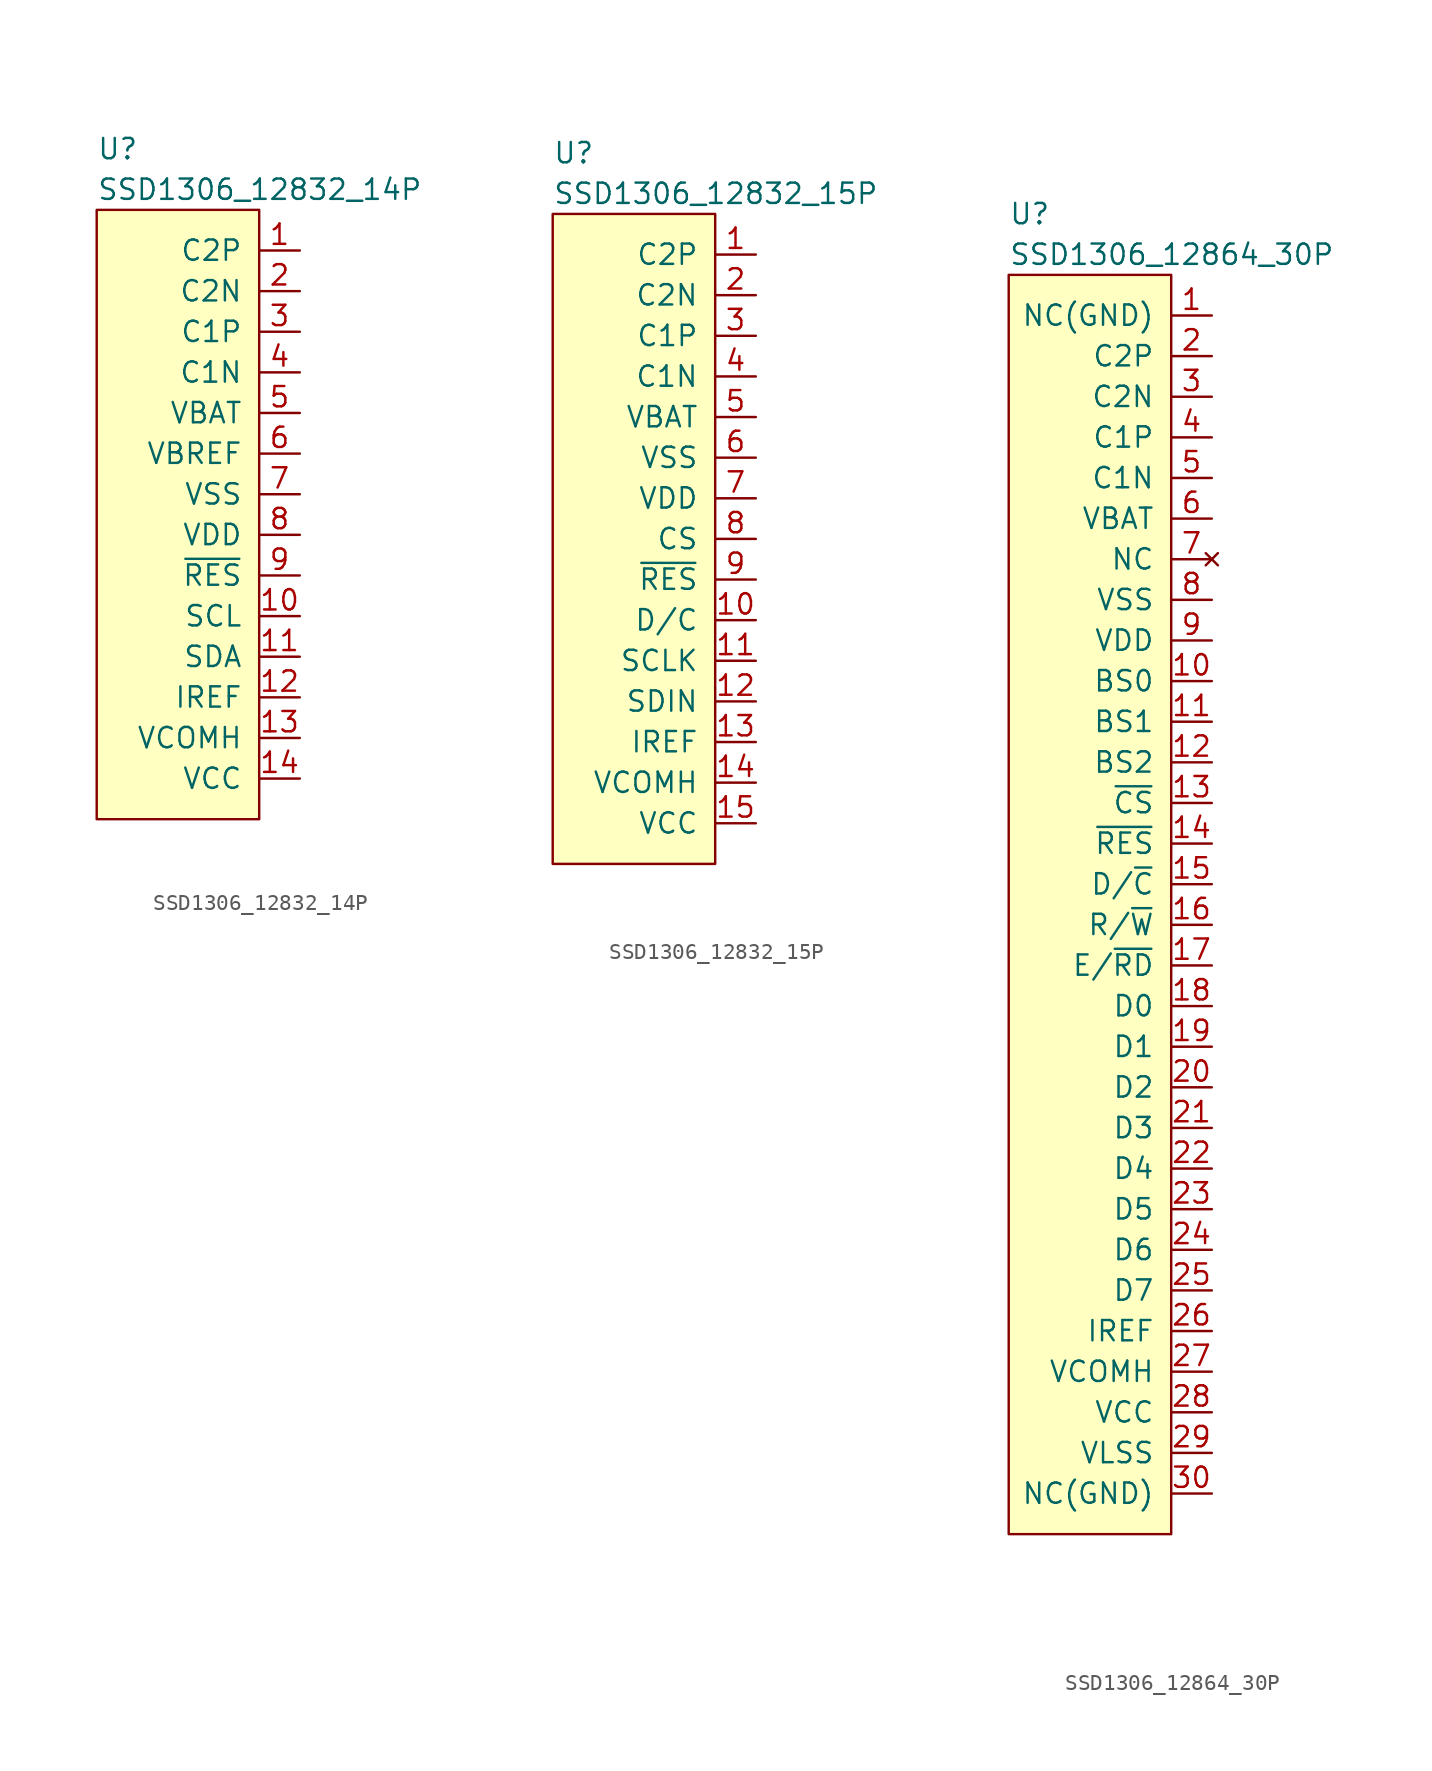
<source format=kicad_sym>
(kicad_symbol_lib
  (version 20241209)
  (generator "kicad_symbol_editor")
  (generator_version "9.0")
  (symbol "SSD1306_12832_14P"
    (pin_names
      (offset 1.016))
    (property "Reference" "U"
      (at 0 3.81 0)
      (effects (font (size 1.27 1.27)) (justify left)))
    (property "Value" "SSD1306_12832_14P"
      (at 0 1.27 0)
      (effects (font (size 1.27 1.27)) (justify left)))
    (symbol "SSD1306_12832_14P_0_1"
      (rectangle (start 0 0) (end 10.16 -38.1) (stroke (width 0) (type default)) (fill (type background))))
    (symbol "SSD1306_12832_14P_1_1"
      (pin power_out line (at 12.7 -2.54 180) (length 2.54) (name "C2P" (effects (font (size 1.27 1.27)))) (number "1" (effects (font (size 1.27 1.27)))))
      (pin power_out line (at 12.7 -5.08 180) (length 2.54) (name "C2N" (effects (font (size 1.27 1.27)))) (number "2" (effects (font (size 1.27 1.27)))))
      (pin power_out line (at 12.7 -7.62 180) (length 2.54) (name "C1P" (effects (font (size 1.27 1.27)))) (number "3" (effects (font (size 1.27 1.27)))))
      (pin power_out line (at 12.7 -10.16 180) (length 2.54) (name "C1N" (effects (font (size 1.27 1.27)))) (number "4" (effects (font (size 1.27 1.27)))))
      (pin power_in line (at 12.7 -12.7 180) (length 2.54) (name "VBAT" (effects (font (size 1.27 1.27)))) (number "5" (effects (font (size 1.27 1.27)))))
      (pin power_in line (at 12.7 -15.24 180) (length 2.54) (name "VBREF" (effects (font (size 1.27 1.27)))) (number "6" (effects (font (size 1.27 1.27)))))
      (pin power_in line (at 12.7 -17.78 180) (length 2.54) (name "VSS" (effects (font (size 1.27 1.27)))) (number "7" (effects (font (size 1.27 1.27)))))
      (pin power_in line (at 12.7 -20.32 180) (length 2.54) (name "VDD" (effects (font (size 1.27 1.27)))) (number "8" (effects (font (size 1.27 1.27)))))
      (pin input line (at 12.7 -22.86 180) (length 2.54) (name "~{RES}" (effects (font (size 1.27 1.27)))) (number "9" (effects (font (size 1.27 1.27)))))
      (pin input line (at 12.7 -25.4 180) (length 2.54) (name "SCL" (effects (font (size 1.27 1.27)))) (number "10" (effects (font (size 1.27 1.27)))))
      (pin input line (at 12.7 -27.94 180) (length 2.54) (name "SDA" (effects (font (size 1.27 1.27)))) (number "11" (effects (font (size 1.27 1.27)))))
      (pin input line (at 12.7 -30.48 180) (length 2.54) (name "IREF" (effects (font (size 1.27 1.27)))) (number "12" (effects (font (size 1.27 1.27)))))
      (pin power_in line (at 12.7 -33.02 180) (length 2.54) (name "VCOMH" (effects (font (size 1.27 1.27)))) (number "13" (effects (font (size 1.27 1.27)))))
      (pin power_in line (at 12.7 -35.56 180) (length 2.54) (name "VCC" (effects (font (size 1.27 1.27)))) (number "14" (effects (font (size 1.27 1.27)))))))
  (symbol "SSD1306_12832_15P"
    (pin_names
      (offset 1.016))
    (property "Reference" "U"
      (at 0 3.81 0)
      (effects (font (size 1.27 1.27)) (justify left)))
    (property "Value" "SSD1306_12832_15P"
      (at 0 1.27 0)
      (effects (font (size 1.27 1.27)) (justify left)))
    (symbol "SSD1306_12832_15P_0_1"
      (rectangle (start 0 0) (end 10.16 -40.64) (stroke (width 0) (type default)) (fill (type background))))
    (symbol "SSD1306_12832_15P_1_1"
      (pin power_out line (at 12.7 -2.54 180) (length 2.54) (name "C2P" (effects (font (size 1.27 1.27)))) (number "1" (effects (font (size 1.27 1.27)))))
      (pin power_out line (at 12.7 -5.08 180) (length 2.54) (name "C2N" (effects (font (size 1.27 1.27)))) (number "2" (effects (font (size 1.27 1.27)))))
      (pin power_out line (at 12.7 -7.62 180) (length 2.54) (name "C1P" (effects (font (size 1.27 1.27)))) (number "3" (effects (font (size 1.27 1.27)))))
      (pin power_out line (at 12.7 -10.16 180) (length 2.54) (name "C1N" (effects (font (size 1.27 1.27)))) (number "4" (effects (font (size 1.27 1.27)))))
      (pin power_in line (at 12.7 -12.7 180) (length 2.54) (name "VBAT" (effects (font (size 1.27 1.27)))) (number "5" (effects (font (size 1.27 1.27)))))
      (pin power_in line (at 12.7 -15.24 180) (length 2.54) (name "VSS" (effects (font (size 1.27 1.27)))) (number "6" (effects (font (size 1.27 1.27)))))
      (pin power_in line (at 12.7 -17.78 180) (length 2.54) (name "VDD" (effects (font (size 1.27 1.27)))) (number "7" (effects (font (size 1.27 1.27)))))
      (pin input line (at 12.7 -20.32 180) (length 2.54) (name "CS" (effects (font (size 1.27 1.27)))) (number "8" (effects (font (size 1.27 1.27)))))
      (pin input line (at 12.7 -22.86 180) (length 2.54) (name "~{RES}" (effects (font (size 1.27 1.27)))) (number "9" (effects (font (size 1.27 1.27)))))
      (pin input line (at 12.7 -25.4 180) (length 2.54) (name "D/C" (effects (font (size 1.27 1.27)))) (number "10" (effects (font (size 1.27 1.27)))))
      (pin input line (at 12.7 -27.94 180) (length 2.54) (name "SCLK" (effects (font (size 1.27 1.27)))) (number "11" (effects (font (size 1.27 1.27)))))
      (pin input line (at 12.7 -30.48 180) (length 2.54) (name "SDIN" (effects (font (size 1.27 1.27)))) (number "12" (effects (font (size 1.27 1.27)))))
      (pin input line (at 12.7 -33.02 180) (length 2.54) (name "IREF" (effects (font (size 1.27 1.27)))) (number "13" (effects (font (size 1.27 1.27)))))
      (pin power_in line (at 12.7 -35.56 180) (length 2.54) (name "VCOMH" (effects (font (size 1.27 1.27)))) (number "14" (effects (font (size 1.27 1.27)))))
      (pin power_in line (at 12.7 -38.1 180) (length 2.54) (name "VCC" (effects (font (size 1.27 1.27)))) (number "15" (effects (font (size 1.27 1.27)))))))
  (symbol "SSD1306_12864_30P"
    (pin_names
      (offset 1.016))
    (property "Reference" "U"
      (at 0 3.81 0)
      (effects (font (size 1.27 1.27)) (justify left)))
    (property "Value" "SSD1306_12864_30P"
      (at 0 1.27 0)
      (effects (font (size 1.27 1.27)) (justify left)))
    (symbol "SSD1306_12864_30P_0_1"
      (rectangle (start 0 0) (end 10.16 -78.74) (stroke (width 0) (type default)) (fill (type background))))
    (symbol "SSD1306_12864_30P_1_1"
      (pin power_out line (at 12.7 -2.54 180) (length 2.54) (name "NC(GND)" (effects (font (size 1.27 1.27)))) (number "1" (effects (font (size 1.27 1.27)))))
      (pin power_out line (at 12.7 -5.08 180) (length 2.54) (name "C2P" (effects (font (size 1.27 1.27)))) (number "2" (effects (font (size 1.27 1.27)))))
      (pin power_out line (at 12.7 -7.62 180) (length 2.54) (name "C2N" (effects (font (size 1.27 1.27)))) (number "3" (effects (font (size 1.27 1.27)))))
      (pin power_out line (at 12.7 -10.16 180) (length 2.54) (name "C1P" (effects (font (size 1.27 1.27)))) (number "4" (effects (font (size 1.27 1.27)))))
      (pin power_in line (at 12.7 -12.7 180) (length 2.54) (name "C1N" (effects (font (size 1.27 1.27)))) (number "5" (effects (font (size 1.27 1.27)))))
      (pin power_in line (at 12.7 -15.24 180) (length 2.54) (name "VBAT" (effects (font (size 1.27 1.27)))) (number "6" (effects (font (size 1.27 1.27)))))
      (pin no_connect line (at 12.7 -17.78 180) (length 2.54) (name "NC" (effects (font (size 1.27 1.27)))) (number "7" (effects (font (size 1.27 1.27)))))
      (pin power_in line (at 12.7 -20.32 180) (length 2.54) (name "VSS" (effects (font (size 1.27 1.27)))) (number "8" (effects (font (size 1.27 1.27)))))
      (pin power_in line (at 12.7 -22.86 180) (length 2.54) (name "VDD" (effects (font (size 1.27 1.27)))) (number "9" (effects (font (size 1.27 1.27)))))
      (pin input line (at 12.7 -25.4 180) (length 2.54) (name "BS0" (effects (font (size 1.27 1.27)))) (number "10" (effects (font (size 1.27 1.27)))))
      (pin input line (at 12.7 -27.94 180) (length 2.54) (name "BS1" (effects (font (size 1.27 1.27)))) (number "11" (effects (font (size 1.27 1.27)))))
      (pin output line (at 12.7 -30.48 180) (length 2.54) (name "BS2" (effects (font (size 1.27 1.27)))) (number "12" (effects (font (size 1.27 1.27)))))
      (pin input line (at 12.7 -33.02 180) (length 2.54) (name "~{CS}" (effects (font (size 1.27 1.27)))) (number "13" (effects (font (size 1.27 1.27)))))
      (pin input line (at 12.7 -35.56 180) (length 2.54) (name "~{RES}" (effects (font (size 1.27 1.27)))) (number "14" (effects (font (size 1.27 1.27)))))
      (pin input line (at 12.7 -38.1 180) (length 2.54) (name "D/~{C}" (effects (font (size 1.27 1.27)))) (number "15" (effects (font (size 1.27 1.27)))))
      (pin input line (at 12.7 -40.64 180) (length 2.54) (name "R/~{W}" (effects (font (size 1.27 1.27)))) (number "16" (effects (font (size 1.27 1.27)))))
      (pin input line (at 12.7 -43.18 180) (length 2.54) (name "E/~{RD}" (effects (font (size 1.27 1.27)))) (number "17" (effects (font (size 1.27 1.27)))))
      (pin bidirectional line (at 12.7 -45.72 180) (length 2.54) (name "D0" (effects (font (size 1.27 1.27)))) (number "18" (effects (font (size 1.27 1.27)))))
      (pin bidirectional line (at 12.7 -48.26 180) (length 2.54) (name "D1" (effects (font (size 1.27 1.27)))) (number "19" (effects (font (size 1.27 1.27)))))
      (pin bidirectional line (at 12.7 -50.8 180) (length 2.54) (name "D2" (effects (font (size 1.27 1.27)))) (number "20" (effects (font (size 1.27 1.27)))))
      (pin bidirectional line (at 12.7 -53.34 180) (length 2.54) (name "D3" (effects (font (size 1.27 1.27)))) (number "21" (effects (font (size 1.27 1.27)))))
      (pin bidirectional line (at 12.7 -55.88 180) (length 2.54) (name "D4" (effects (font (size 1.27 1.27)))) (number "22" (effects (font (size 1.27 1.27)))))
      (pin bidirectional line (at 12.7 -58.42 180) (length 2.54) (name "D5" (effects (font (size 1.27 1.27)))) (number "23" (effects (font (size 1.27 1.27)))))
      (pin bidirectional line (at 12.7 -60.96 180) (length 2.54) (name "D6" (effects (font (size 1.27 1.27)))) (number "24" (effects (font (size 1.27 1.27)))))
      (pin bidirectional line (at 12.7 -63.5 180) (length 2.54) (name "D7" (effects (font (size 1.27 1.27)))) (number "25" (effects (font (size 1.27 1.27)))))
      (pin input line (at 12.7 -66.04 180) (length 2.54) (name "IREF" (effects (font (size 1.27 1.27)))) (number "26" (effects (font (size 1.27 1.27)))))
      (pin power_in line (at 12.7 -68.58 180) (length 2.54) (name "VCOMH" (effects (font (size 1.27 1.27)))) (number "27" (effects (font (size 1.27 1.27)))))
      (pin power_in line (at 12.7 -71.12 180) (length 2.54) (name "VCC" (effects (font (size 1.27 1.27)))) (number "28" (effects (font (size 1.27 1.27)))))
      (pin power_in line (at 12.7 -73.66 180) (length 2.54) (name "VLSS" (effects (font (size 1.27 1.27)))) (number "29" (effects (font (size 1.27 1.27)))))
      (pin power_in line (at 12.7 -76.2 180) (length 2.54) (name "NC(GND)" (effects (font (size 1.27 1.27)))) (number "30" (effects (font (size 1.27 1.27))))))))
</source>
